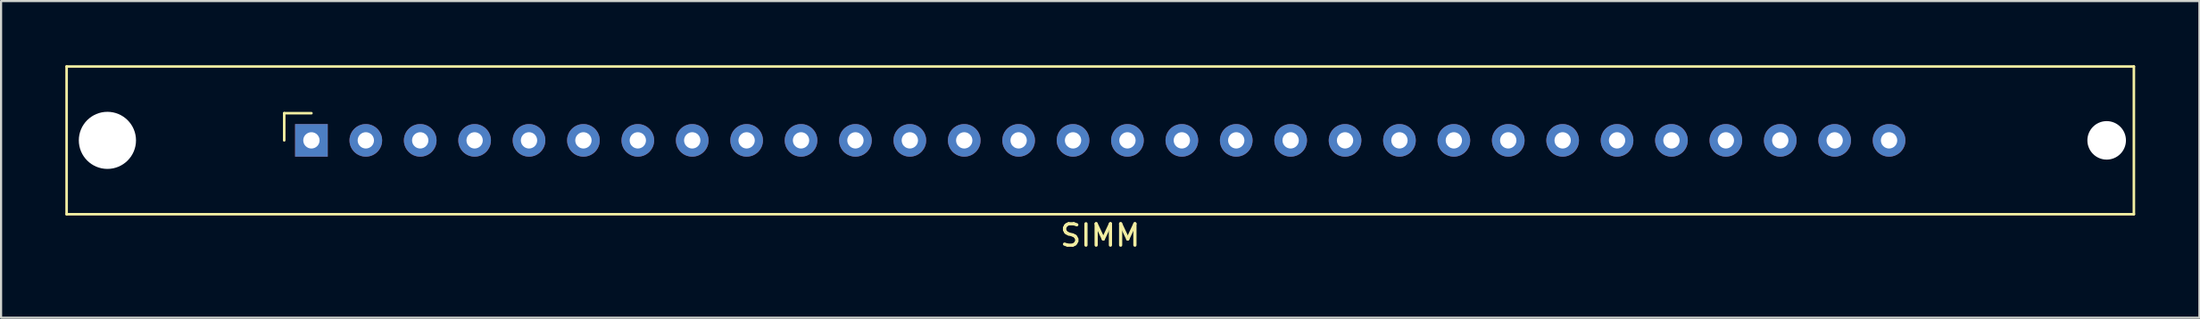
<source format=kicad_pcb>
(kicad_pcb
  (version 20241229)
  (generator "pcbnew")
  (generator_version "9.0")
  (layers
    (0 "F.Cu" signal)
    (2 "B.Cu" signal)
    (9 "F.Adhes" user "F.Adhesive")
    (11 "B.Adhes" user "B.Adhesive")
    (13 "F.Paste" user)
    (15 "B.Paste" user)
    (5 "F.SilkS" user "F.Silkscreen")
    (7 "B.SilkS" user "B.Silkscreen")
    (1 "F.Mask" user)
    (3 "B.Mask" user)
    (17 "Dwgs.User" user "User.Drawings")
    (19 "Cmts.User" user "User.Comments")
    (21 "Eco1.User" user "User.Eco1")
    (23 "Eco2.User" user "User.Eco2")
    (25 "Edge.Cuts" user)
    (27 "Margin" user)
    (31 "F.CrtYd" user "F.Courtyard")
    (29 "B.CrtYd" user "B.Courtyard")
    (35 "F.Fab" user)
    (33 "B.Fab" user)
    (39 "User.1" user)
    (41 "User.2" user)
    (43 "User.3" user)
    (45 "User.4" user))
  (footprint "SIMM"
    (layer "F.Cu")
    (at 48.32 3.514)
    (property "Reference" "SIMM" (at 0 4.445 0) (layer "F.SilkS") (effects (font (size 1 1) (thickness 0.15))))
    (attr through_hole)
    (fp_line (start -48.26 -3.454) (end 48.26 -3.454) (stroke (width 0.12) (type solid)) (layer "F.SilkS"))
    (fp_line (start -48.26 3.454) (end -48.26 -3.454) (stroke (width 0.12) (type solid)) (layer "F.SilkS"))
    (fp_line (start -38.1 -1.27) (end -38.1 0) (stroke (width 0.12) (type solid)) (layer "F.SilkS"))
    (fp_line (start -36.83 -1.27) (end -38.1 -1.27) (stroke (width 0.12) (type solid)) (layer "F.SilkS"))
    (fp_line (start 48.26 3.454) (end -48.26 3.454) (stroke (width 0.12) (type solid)) (layer "F.SilkS"))
    (fp_line (start 48.26 3.454) (end 48.26 -3.454) (stroke (width 0.12) (type solid)) (layer "F.SilkS"))
    (pad "" np_thru_hole circle (at -46.355 0) (size 2.67 2.67) (drill 2.67) (layers "*.Cu" "*.Mask"))
    (pad "" np_thru_hole circle (at 46.99 0) (size 1.8 1.8) (drill 1.8) (layers "*.Cu" "*.Mask"))
    (pad "1" thru_hole rect (at -36.83 0) (size 1.524 1.524) (drill 0.762) (layers "*.Cu" "*.Mask"))
    (pad "2" thru_hole circle (at -34.29 0) (size 1.524 1.524) (drill 0.762) (layers "*.Cu" "*.Mask"))
    (pad "3" thru_hole circle (at -31.75 0) (size 1.524 1.524) (drill 0.762) (layers "*.Cu" "*.Mask"))
    (pad "4" thru_hole circle (at -29.21 0) (size 1.524 1.524) (drill 0.762) (layers "*.Cu" "*.Mask"))
    (pad "5" thru_hole circle (at -26.67 0) (size 1.524 1.524) (drill 0.762) (layers "*.Cu" "*.Mask"))
    (pad "6" thru_hole circle (at -24.13 0) (size 1.524 1.524) (drill 0.762) (layers "*.Cu" "*.Mask"))
    (pad "7" thru_hole circle (at -21.59 0) (size 1.524 1.524) (drill 0.762) (layers "*.Cu" "*.Mask"))
    (pad "8" thru_hole circle (at -19.05 0) (size 1.524 1.524) (drill 0.762) (layers "*.Cu" "*.Mask"))
    (pad "9" thru_hole circle (at -16.51 0) (size 1.524 1.524) (drill 0.762) (layers "*.Cu" "*.Mask"))
    (pad "10" thru_hole circle (at -13.97 0) (size 1.524 1.524) (drill 0.762) (layers "*.Cu" "*.Mask"))
    (pad "11" thru_hole circle (at -11.43 0) (size 1.524 1.524) (drill 0.762) (layers "*.Cu" "*.Mask"))
    (pad "12" thru_hole circle (at -8.89 0) (size 1.524 1.524) (drill 0.762) (layers "*.Cu" "*.Mask"))
    (pad "13" thru_hole circle (at -6.35 0) (size 1.524 1.524) (drill 0.762) (layers "*.Cu" "*.Mask"))
    (pad "14" thru_hole circle (at -3.81 0) (size 1.524 1.524) (drill 0.762) (layers "*.Cu" "*.Mask"))
    (pad "15" thru_hole circle (at -1.27 0) (size 1.524 1.524) (drill 0.762) (layers "*.Cu" "*.Mask"))
    (pad "16" thru_hole circle (at 1.27 0) (size 1.524 1.524) (drill 0.762) (layers "*.Cu" "*.Mask"))
    (pad "17" thru_hole circle (at 3.81 0) (size 1.524 1.524) (drill 0.762) (layers "*.Cu" "*.Mask"))
    (pad "18" thru_hole circle (at 6.35 0) (size 1.524 1.524) (drill 0.762) (layers "*.Cu" "*.Mask"))
    (pad "19" thru_hole circle (at 8.89 0) (size 1.524 1.524) (drill 0.762) (layers "*.Cu" "*.Mask"))
    (pad "20" thru_hole circle (at 11.43 0) (size 1.524 1.524) (drill 0.762) (layers "*.Cu" "*.Mask"))
    (pad "21" thru_hole circle (at 13.97 0) (size 1.524 1.524) (drill 0.762) (layers "*.Cu" "*.Mask"))
    (pad "22" thru_hole circle (at 16.51 0) (size 1.524 1.524) (drill 0.762) (layers "*.Cu" "*.Mask"))
    (pad "23" thru_hole circle (at 19.05 0) (size 1.524 1.524) (drill 0.762) (layers "*.Cu" "*.Mask"))
    (pad "24" thru_hole circle (at 21.59 0) (size 1.524 1.524) (drill 0.762) (layers "*.Cu" "*.Mask"))
    (pad "25" thru_hole circle (at 24.13 0) (size 1.524 1.524) (drill 0.762) (layers "*.Cu" "*.Mask"))
    (pad "26" thru_hole circle (at 26.67 0) (size 1.524 1.524) (drill 0.762) (layers "*.Cu" "*.Mask"))
    (pad "27" thru_hole circle (at 29.21 0) (size 1.524 1.524) (drill 0.762) (layers "*.Cu" "*.Mask"))
    (pad "28" thru_hole circle (at 31.75 0) (size 1.524 1.524) (drill 0.762) (layers "*.Cu" "*.Mask"))
    (pad "29" thru_hole circle (at 34.29 0) (size 1.524 1.524) (drill 0.762) (layers "*.Cu" "*.Mask"))
    (pad "30" thru_hole circle (at 36.83 0) (size 1.524 1.524) (drill 0.762) (layers "*.Cu" "*.Mask")))
  (gr_rect
    (start -3 -3)
    (end 99.64 11.808)
    (stroke (width 0.1) (type default))
    (fill no)
    (layer "Edge.Cuts")))
</source>
